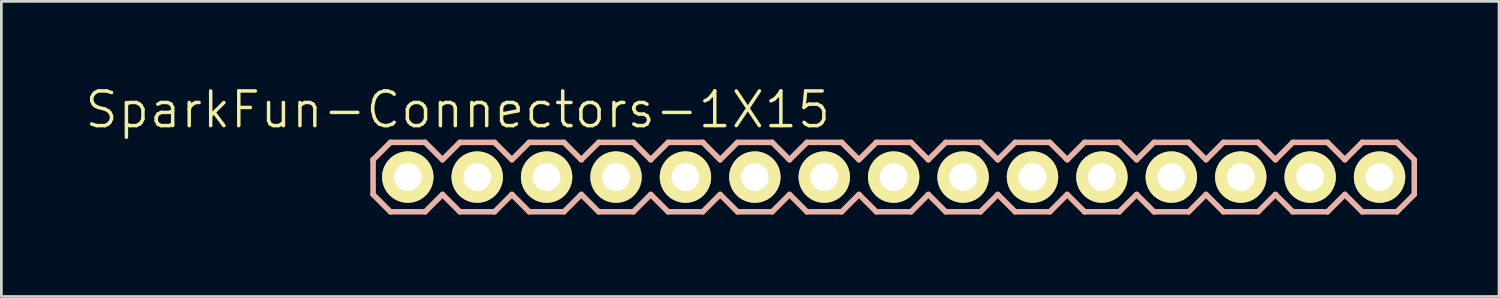
<source format=kicad_pcb>
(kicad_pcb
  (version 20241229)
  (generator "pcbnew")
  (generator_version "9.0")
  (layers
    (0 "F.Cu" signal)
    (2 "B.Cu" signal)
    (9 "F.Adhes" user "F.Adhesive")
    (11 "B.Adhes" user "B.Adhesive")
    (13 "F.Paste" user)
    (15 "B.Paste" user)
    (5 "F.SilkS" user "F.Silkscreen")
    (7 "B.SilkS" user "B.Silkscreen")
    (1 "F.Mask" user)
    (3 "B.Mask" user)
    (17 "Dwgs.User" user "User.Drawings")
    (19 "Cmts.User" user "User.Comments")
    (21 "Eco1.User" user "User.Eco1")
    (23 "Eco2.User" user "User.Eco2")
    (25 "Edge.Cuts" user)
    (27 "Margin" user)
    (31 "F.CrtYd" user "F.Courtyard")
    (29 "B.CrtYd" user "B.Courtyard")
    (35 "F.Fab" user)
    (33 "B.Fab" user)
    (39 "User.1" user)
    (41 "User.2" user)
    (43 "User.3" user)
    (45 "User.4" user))
  (footprint "SparkFun-Connectors-1X15"
    (layer "F.Cu")
    (at 11.872 3.43)
    (property "Reference" "SparkFun-Connectors-1X15" (at 1.829 -2.464 0) (layer "F.SilkS") (effects (font (size 1.27 1.27) (thickness 0.127))))
    (attr exclude_from_pos_files exclude_from_bom)
    (fp_line (start -0.254 -0.254) (end 0.254 -0.254) (stroke (width 0.066) (type solid)) (layer "F.SilkS"))
    (fp_line (start -0.254 0.254) (end -0.254 -0.254) (stroke (width 0.066) (type solid)) (layer "F.SilkS"))
    (fp_line (start -0.254 0.254) (end 0.254 0.254) (stroke (width 0.066) (type solid)) (layer "F.SilkS"))
    (fp_line (start 0.254 0.254) (end 0.254 -0.254) (stroke (width 0.066) (type solid)) (layer "F.SilkS"))
    (fp_line (start 2.286 -0.254) (end 2.794 -0.254) (stroke (width 0.066) (type solid)) (layer "F.SilkS"))
    (fp_line (start 2.286 0.254) (end 2.286 -0.254) (stroke (width 0.066) (type solid)) (layer "F.SilkS"))
    (fp_line (start 2.286 0.254) (end 2.794 0.254) (stroke (width 0.066) (type solid)) (layer "F.SilkS"))
    (fp_line (start 2.794 0.254) (end 2.794 -0.254) (stroke (width 0.066) (type solid)) (layer "F.SilkS"))
    (fp_line (start 4.826 -0.254) (end 5.334 -0.254) (stroke (width 0.066) (type solid)) (layer "F.SilkS"))
    (fp_line (start 4.826 0.254) (end 4.826 -0.254) (stroke (width 0.066) (type solid)) (layer "F.SilkS"))
    (fp_line (start 4.826 0.254) (end 5.334 0.254) (stroke (width 0.066) (type solid)) (layer "F.SilkS"))
    (fp_line (start 5.334 0.254) (end 5.334 -0.254) (stroke (width 0.066) (type solid)) (layer "F.SilkS"))
    (fp_line (start 7.366 -0.254) (end 7.874 -0.254) (stroke (width 0.066) (type solid)) (layer "F.SilkS"))
    (fp_line (start 7.366 0.254) (end 7.366 -0.254) (stroke (width 0.066) (type solid)) (layer "F.SilkS"))
    (fp_line (start 7.366 0.254) (end 7.874 0.254) (stroke (width 0.066) (type solid)) (layer "F.SilkS"))
    (fp_line (start 7.874 0.254) (end 7.874 -0.254) (stroke (width 0.066) (type solid)) (layer "F.SilkS"))
    (fp_line (start 9.906 -0.254) (end 10.414 -0.254) (stroke (width 0.066) (type solid)) (layer "F.SilkS"))
    (fp_line (start 9.906 0.254) (end 9.906 -0.254) (stroke (width 0.066) (type solid)) (layer "F.SilkS"))
    (fp_line (start 9.906 0.254) (end 10.414 0.254) (stroke (width 0.066) (type solid)) (layer "F.SilkS"))
    (fp_line (start 10.414 0.254) (end 10.414 -0.254) (stroke (width 0.066) (type solid)) (layer "F.SilkS"))
    (fp_line (start 12.446 -0.254) (end 12.954 -0.254) (stroke (width 0.066) (type solid)) (layer "F.SilkS"))
    (fp_line (start 12.446 0.254) (end 12.446 -0.254) (stroke (width 0.066) (type solid)) (layer "F.SilkS"))
    (fp_line (start 12.446 0.254) (end 12.954 0.254) (stroke (width 0.066) (type solid)) (layer "F.SilkS"))
    (fp_line (start 12.954 0.254) (end 12.954 -0.254) (stroke (width 0.066) (type solid)) (layer "F.SilkS"))
    (fp_line (start 14.986 -0.254) (end 15.494 -0.254) (stroke (width 0.066) (type solid)) (layer "F.SilkS"))
    (fp_line (start 14.986 0.254) (end 14.986 -0.254) (stroke (width 0.066) (type solid)) (layer "F.SilkS"))
    (fp_line (start 14.986 0.254) (end 15.494 0.254) (stroke (width 0.066) (type solid)) (layer "F.SilkS"))
    (fp_line (start 15.494 0.254) (end 15.494 -0.254) (stroke (width 0.066) (type solid)) (layer "F.SilkS"))
    (fp_line (start 17.523 -0.254) (end 18.034 -0.254) (stroke (width 0.066) (type solid)) (layer "F.SilkS"))
    (fp_line (start 17.523 0.254) (end 17.523 -0.254) (stroke (width 0.066) (type solid)) (layer "F.SilkS"))
    (fp_line (start 17.523 0.254) (end 18.034 0.254) (stroke (width 0.066) (type solid)) (layer "F.SilkS"))
    (fp_line (start 18.034 0.254) (end 18.034 -0.254) (stroke (width 0.066) (type solid)) (layer "F.SilkS"))
    (fp_line (start 20.066 -0.254) (end 20.574 -0.254) (stroke (width 0.066) (type solid)) (layer "F.SilkS"))
    (fp_line (start 20.066 0.254) (end 20.066 -0.254) (stroke (width 0.066) (type solid)) (layer "F.SilkS"))
    (fp_line (start 20.066 0.254) (end 20.574 0.254) (stroke (width 0.066) (type solid)) (layer "F.SilkS"))
    (fp_line (start 20.574 0.254) (end 20.574 -0.254) (stroke (width 0.066) (type solid)) (layer "F.SilkS"))
    (fp_line (start 22.606 -0.254) (end 23.114 -0.254) (stroke (width 0.066) (type solid)) (layer "F.SilkS"))
    (fp_line (start 22.606 0.254) (end 22.606 -0.254) (stroke (width 0.066) (type solid)) (layer "F.SilkS"))
    (fp_line (start 22.606 0.254) (end 23.114 0.254) (stroke (width 0.066) (type solid)) (layer "F.SilkS"))
    (fp_line (start 23.114 0.254) (end 23.114 -0.254) (stroke (width 0.066) (type solid)) (layer "F.SilkS"))
    (fp_line (start 25.146 -0.254) (end 25.654 -0.254) (stroke (width 0.066) (type solid)) (layer "F.SilkS"))
    (fp_line (start 25.146 0.254) (end 25.146 -0.254) (stroke (width 0.066) (type solid)) (layer "F.SilkS"))
    (fp_line (start 25.146 0.254) (end 25.654 0.254) (stroke (width 0.066) (type solid)) (layer "F.SilkS"))
    (fp_line (start 25.654 0.254) (end 25.654 -0.254) (stroke (width 0.066) (type solid)) (layer "F.SilkS"))
    (fp_line (start 27.686 -0.254) (end 28.194 -0.254) (stroke (width 0.066) (type solid)) (layer "F.SilkS"))
    (fp_line (start 27.686 0.254) (end 27.686 -0.254) (stroke (width 0.066) (type solid)) (layer "F.SilkS"))
    (fp_line (start 27.686 0.254) (end 28.194 0.254) (stroke (width 0.066) (type solid)) (layer "F.SilkS"))
    (fp_line (start 28.194 0.254) (end 28.194 -0.254) (stroke (width 0.066) (type solid)) (layer "F.SilkS"))
    (fp_line (start 30.226 -0.254) (end 30.734 -0.254) (stroke (width 0.066) (type solid)) (layer "F.SilkS"))
    (fp_line (start 30.226 0.254) (end 30.226 -0.254) (stroke (width 0.066) (type solid)) (layer "F.SilkS"))
    (fp_line (start 30.226 0.254) (end 30.734 0.254) (stroke (width 0.066) (type solid)) (layer "F.SilkS"))
    (fp_line (start 30.734 0.254) (end 30.734 -0.254) (stroke (width 0.066) (type solid)) (layer "F.SilkS"))
    (fp_line (start 32.766 -0.254) (end 33.274 -0.254) (stroke (width 0.066) (type solid)) (layer "F.SilkS"))
    (fp_line (start 32.766 0.254) (end 32.766 -0.254) (stroke (width 0.066) (type solid)) (layer "F.SilkS"))
    (fp_line (start 32.766 0.254) (end 33.274 0.254) (stroke (width 0.066) (type solid)) (layer "F.SilkS"))
    (fp_line (start 33.274 0.254) (end 33.274 -0.254) (stroke (width 0.066) (type solid)) (layer "F.SilkS"))
    (fp_line (start 35.303 -0.254) (end 35.814 -0.254) (stroke (width 0.066) (type solid)) (layer "F.SilkS"))
    (fp_line (start 35.303 0.254) (end 35.303 -0.254) (stroke (width 0.066) (type solid)) (layer "F.SilkS"))
    (fp_line (start 35.303 0.254) (end 35.814 0.254) (stroke (width 0.066) (type solid)) (layer "F.SilkS"))
    (fp_line (start 35.814 0.254) (end 35.814 -0.254) (stroke (width 0.066) (type solid)) (layer "F.SilkS"))
    (fp_line (start -1.27 -0.635) (end -1.27 0.635) (stroke (width 0.203) (type solid)) (layer "B.SilkS"))
    (fp_line (start -1.27 0.635) (end -0.635 1.27) (stroke (width 0.203) (type solid)) (layer "B.SilkS"))
    (fp_line (start -0.635 -1.27) (end -1.27 -0.635) (stroke (width 0.203) (type solid)) (layer "B.SilkS"))
    (fp_line (start -0.635 -1.27) (end 0.635 -1.27) (stroke (width 0.203) (type solid)) (layer "B.SilkS"))
    (fp_line (start 0.635 -1.27) (end 1.27 -0.635) (stroke (width 0.203) (type solid)) (layer "B.SilkS"))
    (fp_line (start 0.635 1.27) (end -0.635 1.27) (stroke (width 0.203) (type solid)) (layer "B.SilkS"))
    (fp_line (start 1.27 -0.635) (end 1.905 -1.27) (stroke (width 0.203) (type solid)) (layer "B.SilkS"))
    (fp_line (start 1.27 0.635) (end 0.635 1.27) (stroke (width 0.203) (type solid)) (layer "B.SilkS"))
    (fp_line (start 1.905 -1.27) (end 3.175 -1.27) (stroke (width 0.203) (type solid)) (layer "B.SilkS"))
    (fp_line (start 1.905 1.27) (end 1.27 0.635) (stroke (width 0.203) (type solid)) (layer "B.SilkS"))
    (fp_line (start 3.175 -1.27) (end 3.81 -0.635) (stroke (width 0.203) (type solid)) (layer "B.SilkS"))
    (fp_line (start 3.175 1.27) (end 1.905 1.27) (stroke (width 0.203) (type solid)) (layer "B.SilkS"))
    (fp_line (start 3.81 -0.635) (end 4.445 -1.27) (stroke (width 0.203) (type solid)) (layer "B.SilkS"))
    (fp_line (start 3.81 0.635) (end 3.175 1.27) (stroke (width 0.203) (type solid)) (layer "B.SilkS"))
    (fp_line (start 4.445 -1.27) (end 5.715 -1.27) (stroke (width 0.203) (type solid)) (layer "B.SilkS"))
    (fp_line (start 4.445 1.27) (end 3.81 0.635) (stroke (width 0.203) (type solid)) (layer "B.SilkS"))
    (fp_line (start 5.715 -1.27) (end 6.35 -0.635) (stroke (width 0.203) (type solid)) (layer "B.SilkS"))
    (fp_line (start 5.715 1.27) (end 4.445 1.27) (stroke (width 0.203) (type solid)) (layer "B.SilkS"))
    (fp_line (start 6.35 0.635) (end 5.715 1.27) (stroke (width 0.203) (type solid)) (layer "B.SilkS"))
    (fp_line (start 6.35 0.635) (end 6.985 1.27) (stroke (width 0.203) (type solid)) (layer "B.SilkS"))
    (fp_line (start 6.985 -1.27) (end 6.35 -0.635) (stroke (width 0.203) (type solid)) (layer "B.SilkS"))
    (fp_line (start 6.985 -1.27) (end 8.255 -1.27) (stroke (width 0.203) (type solid)) (layer "B.SilkS"))
    (fp_line (start 8.255 -1.27) (end 8.89 -0.635) (stroke (width 0.203) (type solid)) (layer "B.SilkS"))
    (fp_line (start 8.255 1.27) (end 6.985 1.27) (stroke (width 0.203) (type solid)) (layer "B.SilkS"))
    (fp_line (start 8.89 -0.635) (end 9.525 -1.27) (stroke (width 0.203) (type solid)) (layer "B.SilkS"))
    (fp_line (start 8.89 0.635) (end 8.255 1.27) (stroke (width 0.203) (type solid)) (layer "B.SilkS"))
    (fp_line (start 9.525 -1.27) (end 10.795 -1.27) (stroke (width 0.203) (type solid)) (layer "B.SilkS"))
    (fp_line (start 9.525 1.27) (end 8.89 0.635) (stroke (width 0.203) (type solid)) (layer "B.SilkS"))
    (fp_line (start 10.795 -1.27) (end 11.43 -0.635) (stroke (width 0.203) (type solid)) (layer "B.SilkS"))
    (fp_line (start 10.795 1.27) (end 9.525 1.27) (stroke (width 0.203) (type solid)) (layer "B.SilkS"))
    (fp_line (start 11.43 -0.635) (end 12.065 -1.27) (stroke (width 0.203) (type solid)) (layer "B.SilkS"))
    (fp_line (start 11.43 0.635) (end 10.795 1.27) (stroke (width 0.203) (type solid)) (layer "B.SilkS"))
    (fp_line (start 12.065 -1.27) (end 13.335 -1.27) (stroke (width 0.203) (type solid)) (layer "B.SilkS"))
    (fp_line (start 12.065 1.27) (end 11.43 0.635) (stroke (width 0.203) (type solid)) (layer "B.SilkS"))
    (fp_line (start 13.335 -1.27) (end 13.97 -0.635) (stroke (width 0.203) (type solid)) (layer "B.SilkS"))
    (fp_line (start 13.335 1.27) (end 12.065 1.27) (stroke (width 0.203) (type solid)) (layer "B.SilkS"))
    (fp_line (start 13.97 0.635) (end 13.335 1.27) (stroke (width 0.203) (type solid)) (layer "B.SilkS"))
    (fp_line (start 13.97 0.635) (end 14.605 1.27) (stroke (width 0.203) (type solid)) (layer "B.SilkS"))
    (fp_line (start 14.605 -1.27) (end 13.97 -0.635) (stroke (width 0.203) (type solid)) (layer "B.SilkS"))
    (fp_line (start 14.605 -1.27) (end 15.875 -1.27) (stroke (width 0.203) (type solid)) (layer "B.SilkS"))
    (fp_line (start 15.875 -1.27) (end 16.51 -0.635) (stroke (width 0.203) (type solid)) (layer "B.SilkS"))
    (fp_line (start 15.875 1.27) (end 14.605 1.27) (stroke (width 0.203) (type solid)) (layer "B.SilkS"))
    (fp_line (start 16.51 0.635) (end 15.875 1.27) (stroke (width 0.203) (type solid)) (layer "B.SilkS"))
    (fp_line (start 16.51 0.635) (end 17.145 1.27) (stroke (width 0.203) (type solid)) (layer "B.SilkS"))
    (fp_line (start 17.145 -1.27) (end 16.51 -0.635) (stroke (width 0.203) (type solid)) (layer "B.SilkS"))
    (fp_line (start 17.145 -1.27) (end 18.415 -1.27) (stroke (width 0.203) (type solid)) (layer "B.SilkS"))
    (fp_line (start 18.415 -1.27) (end 19.05 -0.635) (stroke (width 0.203) (type solid)) (layer "B.SilkS"))
    (fp_line (start 18.415 1.27) (end 17.145 1.27) (stroke (width 0.203) (type solid)) (layer "B.SilkS"))
    (fp_line (start 19.05 -0.635) (end 19.685 -1.27) (stroke (width 0.203) (type solid)) (layer "B.SilkS"))
    (fp_line (start 19.05 0.635) (end 18.415 1.27) (stroke (width 0.203) (type solid)) (layer "B.SilkS"))
    (fp_line (start 19.685 -1.27) (end 20.955 -1.27) (stroke (width 0.203) (type solid)) (layer "B.SilkS"))
    (fp_line (start 19.685 1.27) (end 19.05 0.635) (stroke (width 0.203) (type solid)) (layer "B.SilkS"))
    (fp_line (start 20.955 -1.27) (end 21.59 -0.635) (stroke (width 0.203) (type solid)) (layer "B.SilkS"))
    (fp_line (start 20.955 1.27) (end 19.685 1.27) (stroke (width 0.203) (type solid)) (layer "B.SilkS"))
    (fp_line (start 21.59 -0.635) (end 22.225 -1.27) (stroke (width 0.203) (type solid)) (layer "B.SilkS"))
    (fp_line (start 21.59 0.635) (end 20.955 1.27) (stroke (width 0.203) (type solid)) (layer "B.SilkS"))
    (fp_line (start 22.225 -1.27) (end 23.495 -1.27) (stroke (width 0.203) (type solid)) (layer "B.SilkS"))
    (fp_line (start 22.225 1.27) (end 21.59 0.635) (stroke (width 0.203) (type solid)) (layer "B.SilkS"))
    (fp_line (start 23.495 -1.27) (end 24.13 -0.635) (stroke (width 0.203) (type solid)) (layer "B.SilkS"))
    (fp_line (start 23.495 1.27) (end 22.225 1.27) (stroke (width 0.203) (type solid)) (layer "B.SilkS"))
    (fp_line (start 24.13 0.635) (end 23.495 1.27) (stroke (width 0.203) (type solid)) (layer "B.SilkS"))
    (fp_line (start 24.13 0.635) (end 24.765 1.27) (stroke (width 0.203) (type solid)) (layer "B.SilkS"))
    (fp_line (start 24.765 -1.27) (end 24.13 -0.635) (stroke (width 0.203) (type solid)) (layer "B.SilkS"))
    (fp_line (start 24.765 -1.27) (end 26.035 -1.27) (stroke (width 0.203) (type solid)) (layer "B.SilkS"))
    (fp_line (start 26.035 -1.27) (end 26.67 -0.635) (stroke (width 0.203) (type solid)) (layer "B.SilkS"))
    (fp_line (start 26.035 1.27) (end 24.765 1.27) (stroke (width 0.203) (type solid)) (layer "B.SilkS"))
    (fp_line (start 26.67 -0.635) (end 27.305 -1.27) (stroke (width 0.203) (type solid)) (layer "B.SilkS"))
    (fp_line (start 26.67 0.635) (end 26.035 1.27) (stroke (width 0.203) (type solid)) (layer "B.SilkS"))
    (fp_line (start 27.305 -1.27) (end 28.575 -1.27) (stroke (width 0.203) (type solid)) (layer "B.SilkS"))
    (fp_line (start 27.305 1.27) (end 26.67 0.635) (stroke (width 0.203) (type solid)) (layer "B.SilkS"))
    (fp_line (start 28.575 -1.27) (end 29.21 -0.635) (stroke (width 0.203) (type solid)) (layer "B.SilkS"))
    (fp_line (start 28.575 1.27) (end 27.305 1.27) (stroke (width 0.203) (type solid)) (layer "B.SilkS"))
    (fp_line (start 29.21 -0.635) (end 29.845 -1.27) (stroke (width 0.203) (type solid)) (layer "B.SilkS"))
    (fp_line (start 29.21 0.635) (end 28.575 1.27) (stroke (width 0.203) (type solid)) (layer "B.SilkS"))
    (fp_line (start 29.845 -1.27) (end 31.115 -1.27) (stroke (width 0.203) (type solid)) (layer "B.SilkS"))
    (fp_line (start 29.845 1.27) (end 29.21 0.635) (stroke (width 0.203) (type solid)) (layer "B.SilkS"))
    (fp_line (start 31.115 -1.27) (end 31.75 -0.635) (stroke (width 0.203) (type solid)) (layer "B.SilkS"))
    (fp_line (start 31.115 1.27) (end 29.845 1.27) (stroke (width 0.203) (type solid)) (layer "B.SilkS"))
    (fp_line (start 31.75 0.635) (end 31.115 1.27) (stroke (width 0.203) (type solid)) (layer "B.SilkS"))
    (fp_line (start 31.75 0.635) (end 32.385 1.27) (stroke (width 0.203) (type solid)) (layer "B.SilkS"))
    (fp_line (start 32.385 -1.27) (end 31.75 -0.635) (stroke (width 0.203) (type solid)) (layer "B.SilkS"))
    (fp_line (start 32.385 -1.27) (end 33.655 -1.27) (stroke (width 0.203) (type solid)) (layer "B.SilkS"))
    (fp_line (start 33.655 -1.27) (end 34.29 -0.635) (stroke (width 0.203) (type solid)) (layer "B.SilkS"))
    (fp_line (start 33.655 1.27) (end 32.385 1.27) (stroke (width 0.203) (type solid)) (layer "B.SilkS"))
    (fp_line (start 34.29 0.635) (end 33.655 1.27) (stroke (width 0.203) (type solid)) (layer "B.SilkS"))
    (fp_line (start 34.29 0.635) (end 34.925 1.27) (stroke (width 0.203) (type solid)) (layer "B.SilkS"))
    (fp_line (start 34.925 -1.27) (end 34.29 -0.635) (stroke (width 0.203) (type solid)) (layer "B.SilkS"))
    (fp_line (start 34.925 -1.27) (end 36.195 -1.27) (stroke (width 0.203) (type solid)) (layer "B.SilkS"))
    (fp_line (start 36.195 -1.27) (end 36.83 -0.635) (stroke (width 0.203) (type solid)) (layer "B.SilkS"))
    (fp_line (start 36.195 1.27) (end 34.925 1.27) (stroke (width 0.203) (type solid)) (layer "B.SilkS"))
    (fp_line (start 36.83 -0.635) (end 36.83 0.635) (stroke (width 0.203) (type solid)) (layer "B.SilkS"))
    (fp_line (start 36.83 0.635) (end 36.195 1.27) (stroke (width 0.203) (type solid)) (layer "B.SilkS"))
    (pad "1" thru_hole circle (at 0 0) (size 1.88 1.88) (drill 1.016) (layers "*.Cu" "F.Mask" "F.SilkS" "F.Paste"))
    (pad "2" thru_hole circle (at 2.54 0) (size 1.88 1.88) (drill 1.016) (layers "*.Cu" "F.Mask" "F.SilkS" "F.Paste"))
    (pad "3" thru_hole circle (at 5.08 0) (size 1.88 1.88) (drill 1.016) (layers "*.Cu" "F.Mask" "F.SilkS" "F.Paste"))
    (pad "4" thru_hole circle (at 7.62 0) (size 1.88 1.88) (drill 1.016) (layers "*.Cu" "F.Mask" "F.SilkS" "F.Paste"))
    (pad "5" thru_hole circle (at 10.16 0) (size 1.88 1.88) (drill 1.016) (layers "*.Cu" "F.Mask" "F.SilkS" "F.Paste"))
    (pad "6" thru_hole circle (at 12.7 0) (size 1.88 1.88) (drill 1.016) (layers "*.Cu" "F.Mask" "F.SilkS" "F.Paste"))
    (pad "7" thru_hole circle (at 15.24 0) (size 1.88 1.88) (drill 1.016) (layers "*.Cu" "F.Mask" "F.SilkS" "F.Paste"))
    (pad "8" thru_hole circle (at 17.78 0) (size 1.88 1.88) (drill 1.016) (layers "*.Cu" "F.Mask" "F.SilkS" "F.Paste"))
    (pad "9" thru_hole circle (at 20.32 0) (size 1.88 1.88) (drill 1.016) (layers "*.Cu" "F.Mask" "F.SilkS" "F.Paste"))
    (pad "10" thru_hole circle (at 22.86 0) (size 1.88 1.88) (drill 1.016) (layers "*.Cu" "F.Mask" "F.SilkS" "F.Paste"))
    (pad "11" thru_hole circle (at 25.4 0) (size 1.88 1.88) (drill 1.016) (layers "*.Cu" "F.Mask" "F.SilkS" "F.Paste"))
    (pad "12" thru_hole circle (at 27.94 0) (size 1.88 1.88) (drill 1.016) (layers "*.Cu" "F.Mask" "F.SilkS" "F.Paste"))
    (pad "13" thru_hole circle (at 30.48 0) (size 1.88 1.88) (drill 1.016) (layers "*.Cu" "F.Mask" "F.SilkS" "F.Paste"))
    (pad "14" thru_hole circle (at 33.02 0) (size 1.88 1.88) (drill 1.016) (layers "*.Cu" "F.Mask" "F.SilkS" "F.Paste"))
    (pad "15" thru_hole circle (at 35.56 0) (size 1.88 1.88) (drill 1.016) (layers "*.Cu" "F.Mask" "F.SilkS" "F.Paste")))
  (gr_rect
    (start -3 -3)
    (end 51.804 7.801)
    (stroke (width 0.1) (type default))
    (fill no)
    (layer "Edge.Cuts")))
</source>
